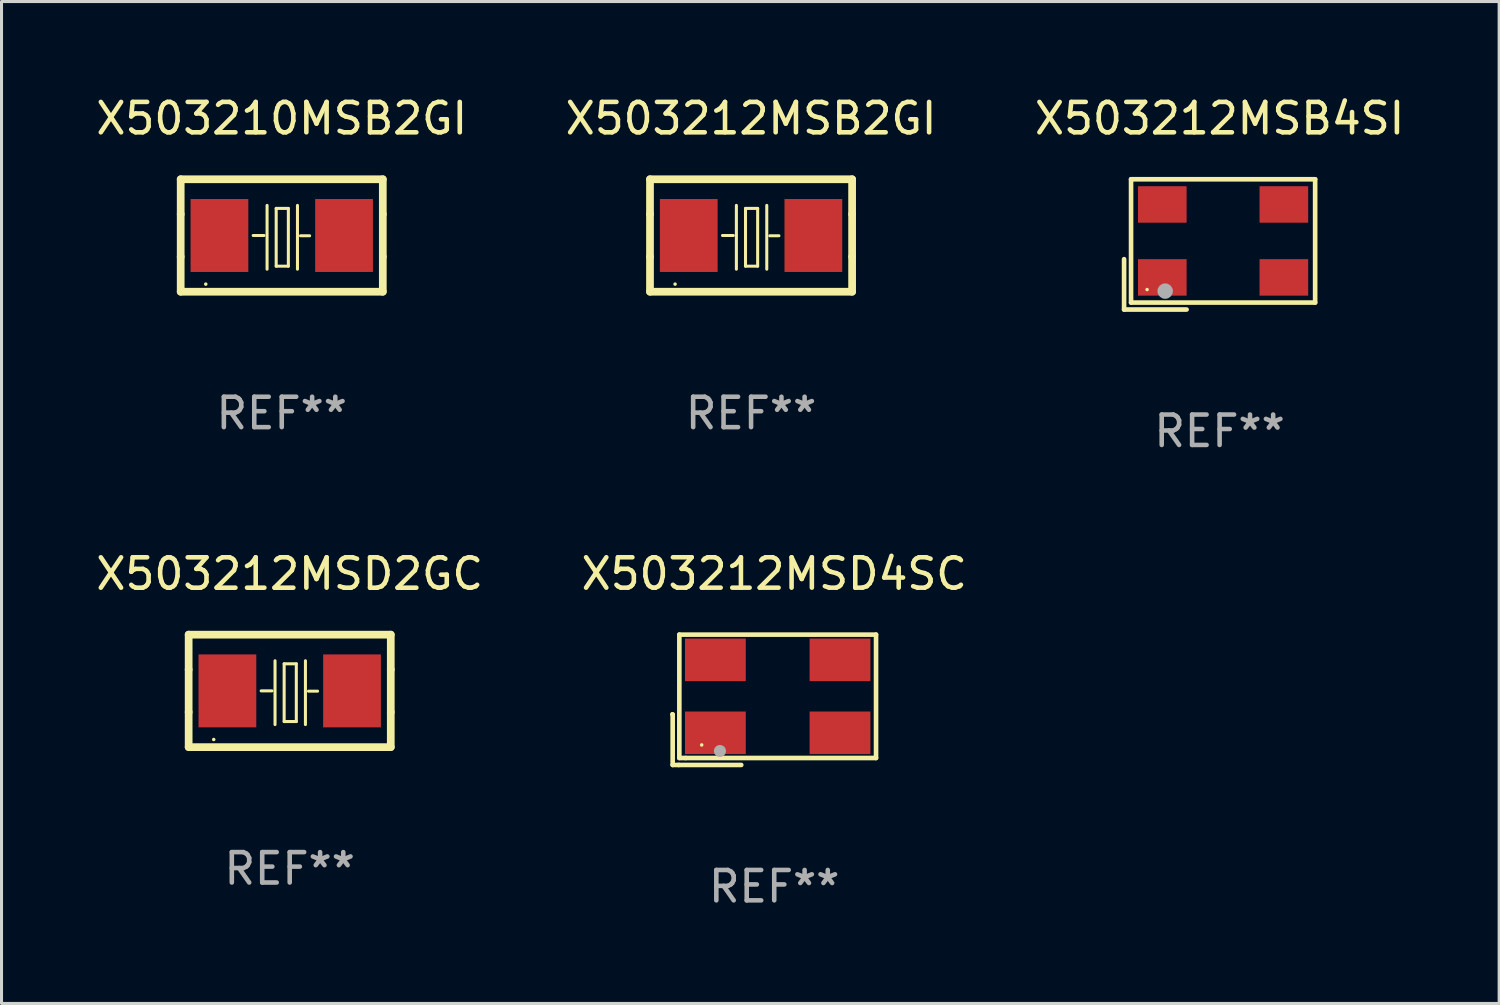
<source format=kicad_pcb>
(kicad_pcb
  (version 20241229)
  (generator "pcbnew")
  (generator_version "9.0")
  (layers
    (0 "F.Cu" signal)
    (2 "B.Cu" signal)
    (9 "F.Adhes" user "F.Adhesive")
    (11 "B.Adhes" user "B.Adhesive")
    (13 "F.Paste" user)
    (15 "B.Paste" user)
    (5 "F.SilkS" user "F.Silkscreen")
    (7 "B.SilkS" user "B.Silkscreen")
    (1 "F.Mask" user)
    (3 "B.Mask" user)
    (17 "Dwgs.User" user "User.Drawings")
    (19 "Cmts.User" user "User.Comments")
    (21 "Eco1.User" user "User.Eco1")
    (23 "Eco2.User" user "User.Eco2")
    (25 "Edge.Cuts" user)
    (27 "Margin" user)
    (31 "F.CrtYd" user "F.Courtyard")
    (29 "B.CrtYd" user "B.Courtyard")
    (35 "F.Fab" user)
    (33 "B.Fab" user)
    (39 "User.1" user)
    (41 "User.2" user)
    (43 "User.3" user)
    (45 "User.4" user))
  (footprint "X503212MSD2GC"
    (layer "F.Cu")
    (at 6.482 19.681)
    (property "Reference" "X503212MSD2GC" (at 0 -3.85 0) (layer "F.SilkS") (effects (font (size 1 1) (thickness 0.15))))
    (attr through_hole)
    (fp_line (start -3.325 0.7) (end -3.325 -0.7) (stroke (width 0.254) (type solid)) (layer "F.SilkS"))
    (fp_line (start -3.325 -1.85) (end 3.325 -1.85) (stroke (width 0.254) (type solid)) (layer "F.SilkS"))
    (fp_line (start -3.325 -0.7) (end -3.325 -1.85) (stroke (width 0.254) (type solid)) (layer "F.SilkS"))
    (fp_line (start -3.325 1.85) (end -3.325 0.7) (stroke (width 0.254) (type solid)) (layer "F.SilkS"))
    (fp_line (start -0.94 -0.000127) (end -0.584 -0.000127) (stroke (width 0.1) (type solid)) (layer "F.SilkS"))
    (fp_line (start -0.483 -0.991) (end -0.483 1.109) (stroke (width 0.1) (type solid)) (layer "F.SilkS"))
    (fp_line (start -0.183 -0.891) (end -0.183 1.009) (stroke (width 0.1) (type solid)) (layer "F.SilkS"))
    (fp_line (start -0.183 1.009) (end 0.217 1.009) (stroke (width 0.1) (type solid)) (layer "F.SilkS"))
    (fp_line (start 0.217 -0.891) (end -0.183 -0.891) (stroke (width 0.1) (type solid)) (layer "F.SilkS"))
    (fp_line (start 0.217 1.009) (end 0.217 -0.891) (stroke (width 0.1) (type solid)) (layer "F.SilkS"))
    (fp_line (start 0.517 -0.991) (end 0.517 1.109) (stroke (width 0.1) (type solid)) (layer "F.SilkS"))
    (fp_line (start 0.617 0.009) (end 0.917 0.009) (stroke (width 0.1) (type solid)) (layer "F.SilkS"))
    (fp_line (start 3.325 -1.85) (end 3.325 -0.7) (stroke (width 0.254) (type solid)) (layer "F.SilkS"))
    (fp_line (start 3.325 0.7) (end 3.325 1.85) (stroke (width 0.254) (type solid)) (layer "F.SilkS"))
    (fp_line (start 3.325 1.85) (end -3.325 1.85) (stroke (width 0.254) (type solid)) (layer "F.SilkS"))
    (fp_line (start 3.325 -0.7) (end 3.325 0.7) (stroke (width 0.254) (type solid)) (layer "F.SilkS"))
    (fp_circle (center -2.5 1.6) (end -2.47 1.6) (stroke (width 0.06) (type solid)) (fill no) (layer "F.SilkS"))
    (fp_text user "REF**" (at 0 5.85 0) (layer "F.Fab") (effects (font (size 1 1) (thickness 0.15))))
    (pad "1" smd rect (at -2.05 -0.000127) (size 1.9 2.4) (layers "F.Cu" "F.Mask" "F.Paste"))
    (pad "2" smd rect (at 2.05 -0.000127) (size 1.9 2.4) (layers "F.Cu" "F.Mask" "F.Paste")))
  (footprint "X503212MSB4SI"
    (layer "F.Cu")
    (at 37.077 4.991)
    (property "Reference" "X503212MSB4SI" (at 0 -4.143 0) (layer "F.SilkS") (effects (font (size 1 1) (thickness 0.15))))
    (attr through_hole)
    (fp_line (start -3.143 0.486) (end -3.143 2.143) (stroke (width 0.152) (type solid)) (layer "F.SilkS"))
    (fp_line (start -3.143 2.143) (end -1.086 2.143) (stroke (width 0.152) (type solid)) (layer "F.SilkS"))
    (fp_line (start -2.914 -2.143) (end 3.143 -2.143) (stroke (width 0.152) (type solid)) (layer "F.SilkS"))
    (fp_line (start -2.914 1.914) (end -2.914 -2.143) (stroke (width 0.152) (type solid)) (layer "F.SilkS"))
    (fp_line (start 3.143 -2.143) (end 3.143 1.914) (stroke (width 0.152) (type solid)) (layer "F.SilkS"))
    (fp_line (start 3.143 1.914) (end -2.914 1.914) (stroke (width 0.152) (type solid)) (layer "F.SilkS"))
    (fp_circle (center -2.386 1.486) (end -2.356 1.486) (stroke (width 0.06) (type solid)) (fill no) (layer "F.SilkS"))
    (fp_circle (center -1.791 1.537) (end -1.664 1.537) (stroke (width 0.254) (type solid)) (fill no) (layer "F.Fab"))
    (fp_text user "REF**" (at 0 6.143 0) (layer "F.Fab") (effects (font (size 1 1) (thickness 0.15))))
    (pad "1" smd rect (at -1.886 1.086) (size 1.6 1.2) (layers "F.Cu" "F.Mask" "F.Paste"))
    (pad "2" smd rect (at 2.114 1.086) (size 1.6 1.2) (layers "F.Cu" "F.Mask" "F.Paste"))
    (pad "3" smd rect (at 2.114 -1.314) (size 1.6 1.2) (layers "F.Cu" "F.Mask" "F.Paste"))
    (pad "4" smd rect (at -1.886 -1.314) (size 1.6 1.2) (layers "F.Cu" "F.Mask" "F.Paste")))
  (footprint "X503212MSB2GI"
    (layer "F.Cu")
    (at 21.661 4.698)
    (property "Reference" "X503212MSB2GI" (at 0 -3.85 0) (layer "F.SilkS") (effects (font (size 1 1) (thickness 0.15))))
    (attr through_hole)
    (fp_line (start -3.325 0.7) (end -3.325 -0.7) (stroke (width 0.254) (type solid)) (layer "F.SilkS"))
    (fp_line (start -3.325 -1.85) (end 3.325 -1.85) (stroke (width 0.254) (type solid)) (layer "F.SilkS"))
    (fp_line (start -3.325 -0.7) (end -3.325 -1.85) (stroke (width 0.254) (type solid)) (layer "F.SilkS"))
    (fp_line (start -3.325 1.85) (end -3.325 0.7) (stroke (width 0.254) (type solid)) (layer "F.SilkS"))
    (fp_line (start -0.94 -0.000127) (end -0.584 -0.000127) (stroke (width 0.1) (type solid)) (layer "F.SilkS"))
    (fp_line (start -0.483 -0.991) (end -0.483 1.109) (stroke (width 0.1) (type solid)) (layer "F.SilkS"))
    (fp_line (start -0.183 -0.891) (end -0.183 1.009) (stroke (width 0.1) (type solid)) (layer "F.SilkS"))
    (fp_line (start -0.183 1.009) (end 0.217 1.009) (stroke (width 0.1) (type solid)) (layer "F.SilkS"))
    (fp_line (start 0.217 -0.891) (end -0.183 -0.891) (stroke (width 0.1) (type solid)) (layer "F.SilkS"))
    (fp_line (start 0.217 1.009) (end 0.217 -0.891) (stroke (width 0.1) (type solid)) (layer "F.SilkS"))
    (fp_line (start 0.517 -0.991) (end 0.517 1.109) (stroke (width 0.1) (type solid)) (layer "F.SilkS"))
    (fp_line (start 0.617 0.009) (end 0.917 0.009) (stroke (width 0.1) (type solid)) (layer "F.SilkS"))
    (fp_line (start 3.325 -1.85) (end 3.325 -0.7) (stroke (width 0.254) (type solid)) (layer "F.SilkS"))
    (fp_line (start 3.325 0.7) (end 3.325 1.85) (stroke (width 0.254) (type solid)) (layer "F.SilkS"))
    (fp_line (start 3.325 1.85) (end -3.325 1.85) (stroke (width 0.254) (type solid)) (layer "F.SilkS"))
    (fp_line (start 3.325 -0.7) (end 3.325 0.7) (stroke (width 0.254) (type solid)) (layer "F.SilkS"))
    (fp_circle (center -2.5 1.6) (end -2.47 1.6) (stroke (width 0.06) (type solid)) (fill no) (layer "F.SilkS"))
    (fp_text user "REF**" (at 0 5.85 0) (layer "F.Fab") (effects (font (size 1 1) (thickness 0.15))))
    (pad "1" smd rect (at -2.05 -0.000127) (size 1.9 2.4) (layers "F.Cu" "F.Mask" "F.Paste"))
    (pad "2" smd rect (at 2.05 -0.000127) (size 1.9 2.4) (layers "F.Cu" "F.Mask" "F.Paste")))
  (footprint "X503210MSB2GI"
    (layer "F.Cu")
    (at 6.22 4.698)
    (property "Reference" "X503210MSB2GI" (at 0 -3.85 0) (layer "F.SilkS") (effects (font (size 1 1) (thickness 0.15))))
    (attr through_hole)
    (fp_line (start -3.325 0.7) (end -3.325 -0.7) (stroke (width 0.254) (type solid)) (layer "F.SilkS"))
    (fp_line (start -3.325 -1.85) (end 3.325 -1.85) (stroke (width 0.254) (type solid)) (layer "F.SilkS"))
    (fp_line (start -3.325 -0.7) (end -3.325 -1.85) (stroke (width 0.254) (type solid)) (layer "F.SilkS"))
    (fp_line (start -3.325 1.85) (end -3.325 0.7) (stroke (width 0.254) (type solid)) (layer "F.SilkS"))
    (fp_line (start -0.94 -0.000127) (end -0.584 -0.000127) (stroke (width 0.1) (type solid)) (layer "F.SilkS"))
    (fp_line (start -0.483 -0.991) (end -0.483 1.109) (stroke (width 0.1) (type solid)) (layer "F.SilkS"))
    (fp_line (start -0.183 -0.891) (end -0.183 1.009) (stroke (width 0.1) (type solid)) (layer "F.SilkS"))
    (fp_line (start -0.183 1.009) (end 0.217 1.009) (stroke (width 0.1) (type solid)) (layer "F.SilkS"))
    (fp_line (start 0.217 -0.891) (end -0.183 -0.891) (stroke (width 0.1) (type solid)) (layer "F.SilkS"))
    (fp_line (start 0.217 1.009) (end 0.217 -0.891) (stroke (width 0.1) (type solid)) (layer "F.SilkS"))
    (fp_line (start 0.517 -0.991) (end 0.517 1.109) (stroke (width 0.1) (type solid)) (layer "F.SilkS"))
    (fp_line (start 0.617 0.009) (end 0.917 0.009) (stroke (width 0.1) (type solid)) (layer "F.SilkS"))
    (fp_line (start 3.325 -1.85) (end 3.325 -0.7) (stroke (width 0.254) (type solid)) (layer "F.SilkS"))
    (fp_line (start 3.325 0.7) (end 3.325 1.85) (stroke (width 0.254) (type solid)) (layer "F.SilkS"))
    (fp_line (start 3.325 1.85) (end -3.325 1.85) (stroke (width 0.254) (type solid)) (layer "F.SilkS"))
    (fp_line (start 3.325 -0.7) (end 3.325 0.7) (stroke (width 0.254) (type solid)) (layer "F.SilkS"))
    (fp_circle (center -2.5 1.6) (end -2.47 1.6) (stroke (width 0.06) (type solid)) (fill no) (layer "F.SilkS"))
    (fp_text user "REF**" (at 0 5.85 0) (layer "F.Fab") (effects (font (size 1 1) (thickness 0.15))))
    (pad "1" smd rect (at -2.05 -0.000127) (size 1.9 2.4) (layers "F.Cu" "F.Mask" "F.Paste"))
    (pad "2" smd rect (at 2.05 -0.000127) (size 1.9 2.4) (layers "F.Cu" "F.Mask" "F.Paste")))
  (footprint "X503212MSD4SC"
    (layer "F.Cu")
    (at 22.423 19.974)
    (property "Reference" "X503212MSD4SC" (at 0 -4.144 0) (layer "F.SilkS") (effects (font (size 1 1) (thickness 0.15))))
    (attr through_hole)
    (fp_line (start -3.35 0.476) (end -3.341 0.485) (stroke (width 0.152) (type solid)) (layer "F.SilkS"))
    (fp_line (start -3.341 0.485) (end -3.341 2.144) (stroke (width 0.152) (type solid)) (layer "F.SilkS"))
    (fp_line (start -3.341 2.144) (end -3.143 2.144) (stroke (width 0.152) (type solid)) (layer "F.SilkS"))
    (fp_line (start -3.143 2.144) (end -1.085 2.144) (stroke (width 0.152) (type solid)) (layer "F.SilkS"))
    (fp_line (start -3.122 -2.144) (end 3.35 -2.144) (stroke (width 0.152) (type solid)) (layer "F.SilkS"))
    (fp_line (start -3.122 1.915) (end -3.122 -2.144) (stroke (width 0.152) (type solid)) (layer "F.SilkS"))
    (fp_line (start -2.914 1.915) (end -3.122 1.915) (stroke (width 0.152) (type solid)) (layer "F.SilkS"))
    (fp_line (start 3.35 -2.144) (end 3.35 1.915) (stroke (width 0.152) (type solid)) (layer "F.SilkS"))
    (fp_line (start 3.35 1.915) (end -2.914 1.915) (stroke (width 0.152) (type solid)) (layer "F.SilkS"))
    (fp_circle (center -2.386 1.486) (end -2.356 1.486) (stroke (width 0.06) (type solid)) (fill no) (layer "F.SilkS"))
    (fp_circle (center -1.786 1.686) (end -1.686 1.686) (stroke (width 0.2) (type solid)) (fill no) (layer "F.Fab"))
    (fp_text user "REF**" (at 0 6.144 0) (layer "F.Fab") (effects (font (size 1 1) (thickness 0.15))))
    (pad "1" smd rect (at -1.936 1.086) (size 2 1.4) (layers "F.Cu" "F.Mask" "F.Paste"))
    (pad "2" smd rect (at 2.164 1.086) (size 2 1.4) (layers "F.Cu" "F.Mask" "F.Paste"))
    (pad "3" smd rect (at 2.164 -1.314) (size 2 1.4) (layers "F.Cu" "F.Mask" "F.Paste"))
    (pad "4" smd rect (at -1.936 -1.314) (size 2 1.4) (layers "F.Cu" "F.Mask" "F.Paste")))
  (gr_rect
    (start -3 -3)
    (end 46.274 29.966)
    (stroke (width 0.1) (type default))
    (fill no)
    (layer "Edge.Cuts")))
</source>
